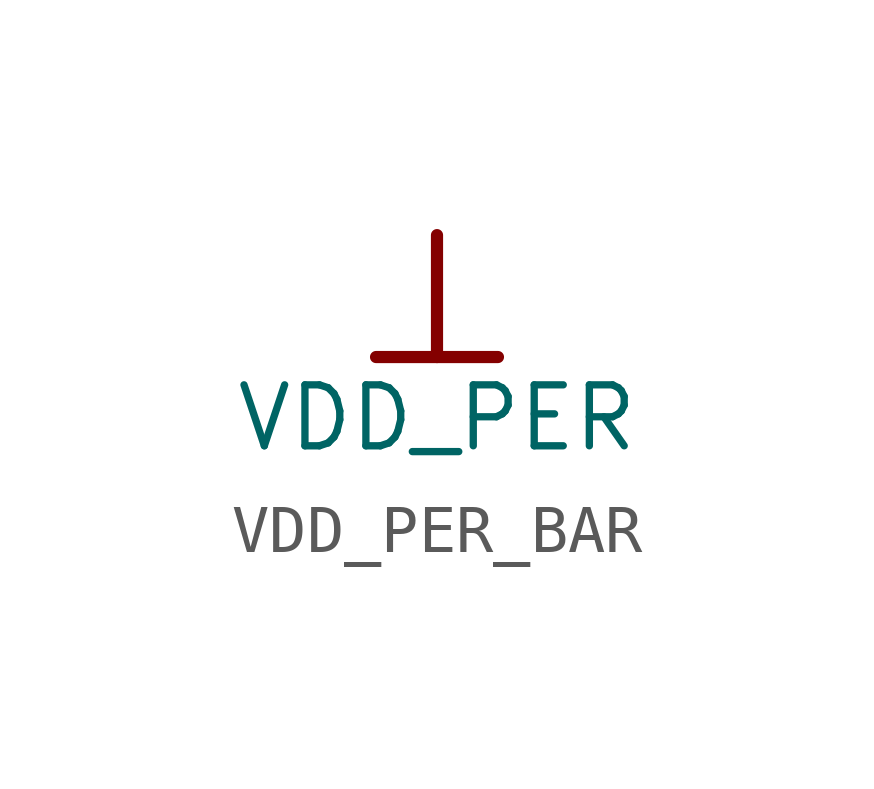
<source format=kicad_sym>
(kicad_symbol_lib
  (version 20241209)
  (generator "kicad_symbol_editor")
  (generator_version "9.0")
  (symbol "VDD_PER_BAR"
    (power)
    (property "Reference" "#PWR"
      (at 0 0 0)
      (effects (font (size 1.27 1.27)) (hide yes)))
    (property "Value" "VDD_PER"
      (at 0 -3.81 0)
      (effects (font (size 1.27 1.27))))
    (symbol "VDD_PER_BAR_0_0"
      (polyline (pts (xy -1.27 -2.54) (xy 1.27 -2.54)) (stroke (width 0.254) (type solid)) (fill (type none)))
      (polyline (pts (xy 0 0) (xy 0 -2.54)) (stroke (width 0.254) (type solid)) (fill (type none)))
      (pin power_in line (at 0 0 0) (length 0) (hide yes) (name "VDD_PER" (effects (font (size 1.27 1.27)))) (number "" (effects (font (size 1.27 1.27))))))))
</source>
